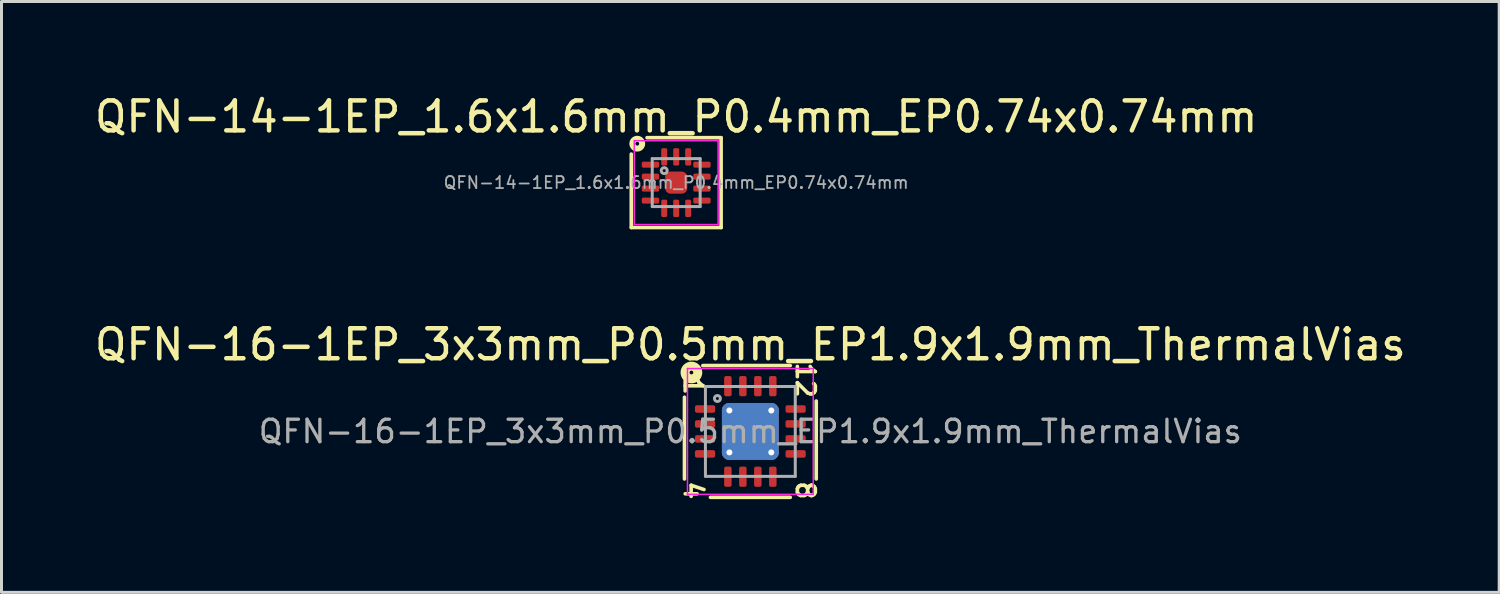
<source format=kicad_pcb>
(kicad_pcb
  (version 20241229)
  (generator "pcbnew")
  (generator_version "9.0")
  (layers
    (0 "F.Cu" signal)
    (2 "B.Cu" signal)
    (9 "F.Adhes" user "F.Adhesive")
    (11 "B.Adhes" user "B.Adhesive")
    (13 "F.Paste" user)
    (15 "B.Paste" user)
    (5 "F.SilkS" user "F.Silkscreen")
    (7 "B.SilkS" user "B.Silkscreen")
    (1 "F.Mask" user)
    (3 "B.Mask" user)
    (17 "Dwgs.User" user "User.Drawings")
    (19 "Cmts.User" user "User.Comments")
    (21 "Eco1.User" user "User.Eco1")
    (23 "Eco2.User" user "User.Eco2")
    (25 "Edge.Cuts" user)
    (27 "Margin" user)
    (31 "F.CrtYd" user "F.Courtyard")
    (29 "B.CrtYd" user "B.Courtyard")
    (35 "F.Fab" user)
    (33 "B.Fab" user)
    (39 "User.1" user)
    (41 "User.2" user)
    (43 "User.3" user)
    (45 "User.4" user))
  (footprint "QFN-14-1EP_1.6x1.6mm_P0.4mm_EP0.74x0.74mm"
    (layer "F.Cu")
    (at 19.53 3.048)
    (property "Reference" "QFN-14-1EP_1.6x1.6mm_P0.4mm_EP0.74x0.74mm" (at 0 -2.2 0) (layer "F.SilkS") (effects (font (size 1 1) (thickness 0.15))))
    (attr smd)
    (fp_line (start -1.5 1.5) (end -1.5 -0.953) (stroke (width 0.12) (type solid)) (layer "F.SilkS"))
    (fp_line (start -0.975 -1.5) (end 1.5 -1.5) (stroke (width 0.12) (type solid)) (layer "F.SilkS"))
    (fp_line (start 1.5 -1.5) (end 1.5 1.5) (stroke (width 0.12) (type solid)) (layer "F.SilkS"))
    (fp_line (start 1.5 1.5) (end -1.5 1.5) (stroke (width 0.12) (type solid)) (layer "F.SilkS"))
    (fp_circle (center -1.3 -1.3) (end -1.236 -1.3) (stroke (width 0.2) (type solid)) (fill no) (layer "F.SilkS"))
    (fp_line (start -1.4 -1.4) (end -1.4 1.4) (stroke (width 0.05) (type solid)) (layer "F.CrtYd"))
    (fp_line (start -1.4 1.4) (end 1.4 1.4) (stroke (width 0.05) (type solid)) (layer "F.CrtYd"))
    (fp_line (start 1.4 -1.4) (end -1.4 -1.4) (stroke (width 0.05) (type solid)) (layer "F.CrtYd"))
    (fp_line (start 1.4 1.4) (end 1.4 -1.4) (stroke (width 0.05) (type solid)) (layer "F.CrtYd"))
    (fp_line (start -0.8 -0.8) (end 0.8 -0.8) (stroke (width 0.1) (type solid)) (layer "F.Fab"))
    (fp_line (start -0.8 0.8) (end -0.8 -0.8) (stroke (width 0.1) (type solid)) (layer "F.Fab"))
    (fp_line (start 0.8 -0.8) (end 0.8 0.8) (stroke (width 0.1) (type solid)) (layer "F.Fab"))
    (fp_line (start 0.8 0.8) (end -0.8 0.8) (stroke (width 0.1) (type solid)) (layer "F.Fab"))
    (fp_circle (center -0.4 -0.4) (end -0.3 -0.4) (stroke (width 0.1) (type solid)) (fill no) (layer "F.Fab"))
    (fp_text user "${REFERENCE}" (at 0 0 0) (layer "F.Fab") (effects (font (size 0.4 0.4) (thickness 0.06))))
    (pad "" smd roundrect (at -0.185 -0.185) (size 0.3 0.3) (layers "F.Paste") (roundrect_rratio 0.25))
    (pad "" smd roundrect (at -0.185 0.185) (size 0.3 0.3) (layers "F.Paste") (roundrect_rratio 0.25))
    (pad "" smd roundrect (at 0.185 -0.185) (size 0.3 0.3) (layers "F.Paste") (roundrect_rratio 0.25))
    (pad "" smd roundrect (at 0.185 0.185) (size 0.3 0.3) (layers "F.Paste") (roundrect_rratio 0.25))
    (pad "1" smd roundrect (at -0.86 -0.6) (size 0.58 0.2) (layers "F.Cu" "F.Mask" "F.Paste") (roundrect_rratio 0.25))
    (pad "2" smd roundrect (at -0.86 -0.2) (size 0.58 0.2) (layers "F.Cu" "F.Mask" "F.Paste") (roundrect_rratio 0.25))
    (pad "3" smd roundrect (at -0.86 0.2) (size 0.58 0.2) (layers "F.Cu" "F.Mask" "F.Paste") (roundrect_rratio 0.25))
    (pad "4" smd roundrect (at -0.86 0.6) (size 0.58 0.2) (layers "F.Cu" "F.Mask" "F.Paste") (roundrect_rratio 0.25))
    (pad "5" smd roundrect (at -0.4 0.86) (size 0.2 0.58) (layers "F.Cu" "F.Mask" "F.Paste") (roundrect_rratio 0.25))
    (pad "6" smd roundrect (at 0 0.86) (size 0.2 0.58) (layers "F.Cu" "F.Mask" "F.Paste") (roundrect_rratio 0.25))
    (pad "7" smd roundrect (at 0.4 0.86) (size 0.2 0.58) (layers "F.Cu" "F.Mask" "F.Paste") (roundrect_rratio 0.25))
    (pad "8" smd roundrect (at 0.86 0.6) (size 0.58 0.2) (layers "F.Cu" "F.Mask" "F.Paste") (roundrect_rratio 0.25))
    (pad "9" smd roundrect (at 0.86 0.2) (size 0.58 0.2) (layers "F.Cu" "F.Mask" "F.Paste") (roundrect_rratio 0.25))
    (pad "10" smd roundrect (at 0.86 -0.2) (size 0.58 0.2) (layers "F.Cu" "F.Mask" "F.Paste") (roundrect_rratio 0.25))
    (pad "11" smd roundrect (at 0.86 -0.6) (size 0.58 0.2) (layers "F.Cu" "F.Mask" "F.Paste") (roundrect_rratio 0.25))
    (pad "12" smd roundrect (at 0.4 -0.86) (size 0.2 0.58) (layers "F.Cu" "F.Mask" "F.Paste") (roundrect_rratio 0.25))
    (pad "13" smd roundrect (at 0 -0.86) (size 0.2 0.58) (layers "F.Cu" "F.Mask" "F.Paste") (roundrect_rratio 0.25))
    (pad "14" smd roundrect (at -0.4 -0.86) (size 0.2 0.58) (layers "F.Cu" "F.Mask" "F.Paste") (roundrect_rratio 0.25))
    (pad "15" smd roundrect (at 0 0) (size 0.74 0.74) (layers "F.Cu" "F.Mask") (roundrect_rratio 0.25)))
  (footprint "QFN-16-1EP_3x3mm_P0.5mm_EP1.9x1.9mm_ThermalVias"
    (layer "F.Cu")
    (at 22.006 11.357)
    (property "Reference" "QFN-16-1EP_3x3mm_P0.5mm_EP1.9x1.9mm_ThermalVias" (at 0 -2.9 0) (layer "F.SilkS") (effects (font (size 1 1) (thickness 0.15))))
    (attr smd)
    (fp_line (start -2.2 1.587) (end -2.2 -1.143) (stroke (width 0.12) (type solid)) (layer "F.SilkS"))
    (fp_line (start -1.587 -2.2) (end 1.333 -2.2) (stroke (width 0.12) (type solid)) (layer "F.SilkS"))
    (fp_line (start 1.333 2.2) (end -1.333 2.2) (stroke (width 0.12) (type solid)) (layer "F.SilkS"))
    (fp_line (start 2.2 -1.016) (end 2.2 1.587) (stroke (width 0.12) (type solid)) (layer "F.SilkS"))
    (fp_circle (center -1.968 -1.968) (end -1.905 -1.968) (stroke (width 0.3) (type solid)) (fill no) (layer "F.SilkS"))
    (fp_line (start -2.1 -2.1) (end -2.1 2.1) (stroke (width 0.05) (type solid)) (layer "F.CrtYd"))
    (fp_line (start -2.1 2.1) (end 2.1 2.1) (stroke (width 0.05) (type solid)) (layer "F.CrtYd"))
    (fp_line (start 2.1 -2.1) (end -2.1 -2.1) (stroke (width 0.05) (type solid)) (layer "F.CrtYd"))
    (fp_line (start 2.1 2.1) (end 2.1 -2.1) (stroke (width 0.05) (type solid)) (layer "F.CrtYd"))
    (fp_line (start -1.5 -1.5) (end 1.5 -1.5) (stroke (width 0.1) (type solid)) (layer "F.Fab"))
    (fp_line (start -1.5 1.5) (end -1.5 -1.5) (stroke (width 0.1) (type solid)) (layer "F.Fab"))
    (fp_line (start 1.5 -1.5) (end 1.5 1.5) (stroke (width 0.1) (type solid)) (layer "F.Fab"))
    (fp_line (start 1.5 1.5) (end -1.5 1.5) (stroke (width 0.1) (type solid)) (layer "F.Fab"))
    (fp_circle (center -1.1 -1.1) (end -1 -1.1) (stroke (width 0.1) (type solid)) (fill no) (layer "F.Fab"))
    (fp_text user "8" (at 1.841 1.968 270) (unlocked yes) (layer "F.SilkS") (effects (font (size 0.6 0.6) (thickness 0.12))))
    (fp_text user "1" (at -1.905 -1.524 270) (unlocked yes) (layer "F.SilkS") (effects (font (size 0.6 0.6) (thickness 0.12))))
    (fp_text user "4" (at -1.905 1.968 270) (unlocked yes) (layer "F.SilkS") (effects (font (size 0.6 0.6) (thickness 0.12))))
    (fp_text user "12" (at 1.841 -1.714 270) (unlocked yes) (layer "F.SilkS") (effects (font (size 0.6 0.6) (thickness 0.12))))
    (fp_text user "${REFERENCE}" (at 0 0 0) (layer "F.Fab") (effects (font (size 0.75 0.75) (thickness 0.11))))
    (pad "" smd roundrect (at -0.475 -0.475) (size 0.82 0.82) (layers "F.Paste") (roundrect_rratio 0.25))
    (pad "" smd roundrect (at -0.475 0.475) (size 0.82 0.82) (layers "F.Paste") (roundrect_rratio 0.25))
    (pad "" smd roundrect (at 0.475 -0.475) (size 0.82 0.82) (layers "F.Paste") (roundrect_rratio 0.25))
    (pad "" smd roundrect (at 0.475 0.475) (size 0.82 0.82) (layers "F.Paste") (roundrect_rratio 0.25))
    (pad "1" smd roundrect (at -1.512 -0.75) (size 0.675 0.25) (layers "F.Cu" "F.Mask" "F.Paste") (roundrect_rratio 0.25))
    (pad "2" smd roundrect (at -1.512 -0.25) (size 0.675 0.25) (layers "F.Cu" "F.Mask" "F.Paste") (roundrect_rratio 0.25))
    (pad "3" smd roundrect (at -1.512 0.25) (size 0.675 0.25) (layers "F.Cu" "F.Mask" "F.Paste") (roundrect_rratio 0.25))
    (pad "4" smd roundrect (at -1.512 0.75) (size 0.675 0.25) (layers "F.Cu" "F.Mask" "F.Paste") (roundrect_rratio 0.25))
    (pad "5" smd roundrect (at -0.75 1.512) (size 0.25 0.675) (layers "F.Cu" "F.Mask" "F.Paste") (roundrect_rratio 0.25))
    (pad "6" smd roundrect (at -0.25 1.512) (size 0.25 0.675) (layers "F.Cu" "F.Mask" "F.Paste") (roundrect_rratio 0.25))
    (pad "7" smd roundrect (at 0.25 1.512) (size 0.25 0.675) (layers "F.Cu" "F.Mask" "F.Paste") (roundrect_rratio 0.25))
    (pad "8" smd roundrect (at 0.75 1.512) (size 0.25 0.675) (layers "F.Cu" "F.Mask" "F.Paste") (roundrect_rratio 0.25))
    (pad "9" smd roundrect (at 1.512 0.75) (size 0.675 0.25) (layers "F.Cu" "F.Mask" "F.Paste") (roundrect_rratio 0.25))
    (pad "10" smd roundrect (at 1.512 0.25) (size 0.675 0.25) (layers "F.Cu" "F.Mask" "F.Paste") (roundrect_rratio 0.25))
    (pad "11" smd roundrect (at 1.512 -0.25) (size 0.675 0.25) (layers "F.Cu" "F.Mask" "F.Paste") (roundrect_rratio 0.25))
    (pad "12" smd roundrect (at 1.512 -0.75) (size 0.675 0.25) (layers "F.Cu" "F.Mask" "F.Paste") (roundrect_rratio 0.25))
    (pad "13" smd roundrect (at 0.75 -1.512) (size 0.25 0.675) (layers "F.Cu" "F.Mask" "F.Paste") (roundrect_rratio 0.25))
    (pad "14" smd roundrect (at 0.25 -1.512) (size 0.25 0.675) (layers "F.Cu" "F.Mask" "F.Paste") (roundrect_rratio 0.25))
    (pad "15" smd roundrect (at -0.25 -1.512) (size 0.25 0.675) (layers "F.Cu" "F.Mask" "F.Paste") (roundrect_rratio 0.25))
    (pad "16" smd roundrect (at -0.75 -1.512) (size 0.25 0.675) (layers "F.Cu" "F.Mask" "F.Paste") (roundrect_rratio 0.25))
    (pad "17" thru_hole circle (at -0.7 -0.7) (size 0.5 0.5) (drill 0.2) (property pad_prop_heatsink) (layers "*.Cu"))
    (pad "17" thru_hole circle (at -0.7 0.7) (size 0.5 0.5) (drill 0.2) (property pad_prop_heatsink) (layers "*.Cu"))
    (pad "17" smd roundrect (at 0 0) (size 1.9 1.9) (layers "F.Cu" "F.Mask") (roundrect_rratio 0.132))
    (pad "17" smd roundrect (at 0 0) (size 1.9 1.9) (layers "B.Cu" "B.Mask") (roundrect_rratio 0.132))
    (pad "17" thru_hole circle (at 0.7 -0.7) (size 0.5 0.5) (drill 0.2) (property pad_prop_heatsink) (layers "*.Cu"))
    (pad "17" thru_hole circle (at 0.7 0.7) (size 0.5 0.5) (drill 0.2) (property pad_prop_heatsink) (layers "*.Cu")))
  (gr_rect
    (start -3 -3)
    (end 47.012 16.731)
    (stroke (width 0.1) (type default))
    (fill no)
    (layer "Edge.Cuts")))
</source>
